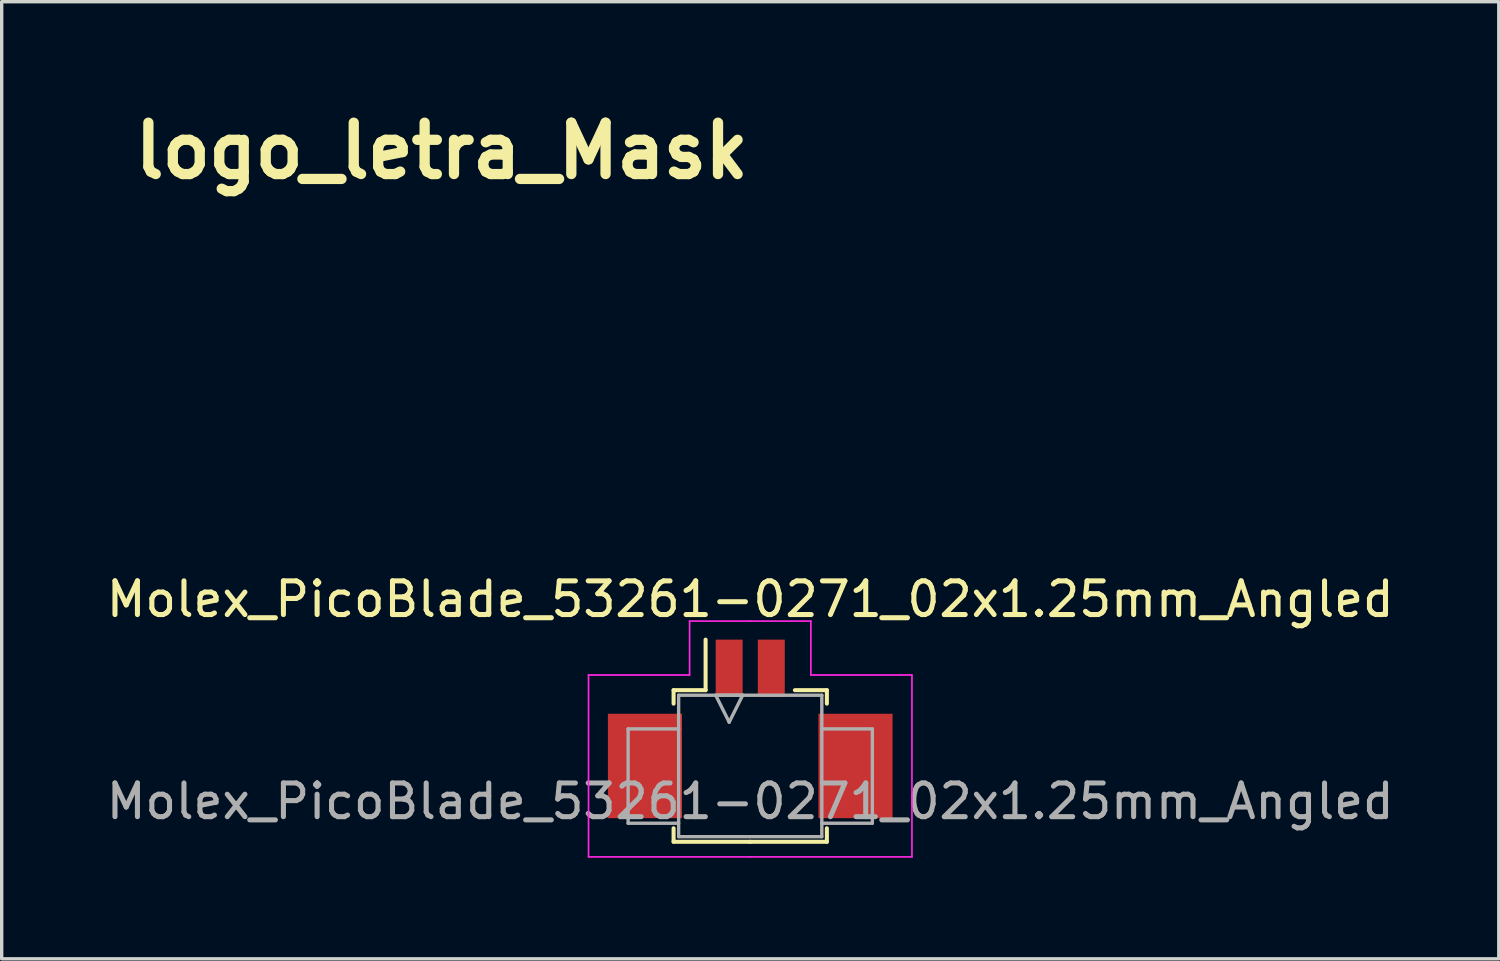
<source format=kicad_pcb>
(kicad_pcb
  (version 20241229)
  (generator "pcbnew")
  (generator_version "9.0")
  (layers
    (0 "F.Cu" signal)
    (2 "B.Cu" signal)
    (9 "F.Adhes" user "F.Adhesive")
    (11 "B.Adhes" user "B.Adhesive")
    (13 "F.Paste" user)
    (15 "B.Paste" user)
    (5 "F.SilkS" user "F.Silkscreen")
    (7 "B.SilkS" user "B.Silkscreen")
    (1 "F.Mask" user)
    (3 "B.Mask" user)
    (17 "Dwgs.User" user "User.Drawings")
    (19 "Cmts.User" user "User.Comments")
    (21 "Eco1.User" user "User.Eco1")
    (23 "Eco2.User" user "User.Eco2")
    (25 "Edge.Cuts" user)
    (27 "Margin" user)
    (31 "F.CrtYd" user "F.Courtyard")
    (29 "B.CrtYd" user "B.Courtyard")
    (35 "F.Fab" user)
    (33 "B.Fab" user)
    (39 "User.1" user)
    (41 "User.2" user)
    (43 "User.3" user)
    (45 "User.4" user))
  (footprint "Molex_PicoBlade_53261-0271_02x1.25mm_Angled"
    (layer "F.Cu")
    (at 19.22 18.237)
    (property "Reference" "Molex_PicoBlade_53261-0271_02x1.25mm_Angled" (at 0 -3.5 0) (layer "F.SilkS") (effects (font (size 1 1) (thickness 0.15))))
    (attr smd)
    (fp_line (start -2.275 -0.8) (end -2.275 -0.4) (stroke (width 0.12) (type solid)) (layer "F.SilkS"))
    (fp_line (start -2.275 3.3) (end -2.275 3.7) (stroke (width 0.12) (type solid)) (layer "F.SilkS"))
    (fp_line (start -2.275 3.7) (end 0 3.7) (stroke (width 0.12) (type solid)) (layer "F.SilkS"))
    (fp_line (start -1.325 -0.8) (end -2.275 -0.8) (stroke (width 0.12) (type solid)) (layer "F.SilkS"))
    (fp_line (start -1.325 -0.8) (end -1.325 -2.3) (stroke (width 0.12) (type solid)) (layer "F.SilkS"))
    (fp_line (start 1.325 -0.8) (end 2.275 -0.8) (stroke (width 0.12) (type solid)) (layer "F.SilkS"))
    (fp_line (start 2.275 -0.8) (end 2.275 -0.4) (stroke (width 0.12) (type solid)) (layer "F.SilkS"))
    (fp_line (start 2.275 3.3) (end 2.275 3.7) (stroke (width 0.12) (type solid)) (layer "F.SilkS"))
    (fp_line (start 2.275 3.7) (end 0 3.7) (stroke (width 0.12) (type solid)) (layer "F.SilkS"))
    (fp_line (start -4.8 -1.25) (end -4.8 4.15) (stroke (width 0.05) (type solid)) (layer "F.CrtYd"))
    (fp_line (start -4.8 4.15) (end 0 4.15) (stroke (width 0.05) (type solid)) (layer "F.CrtYd"))
    (fp_line (start -1.8 -2.85) (end -1.8 -1.25) (stroke (width 0.05) (type solid)) (layer "F.CrtYd"))
    (fp_line (start -1.8 -1.25) (end -4.8 -1.25) (stroke (width 0.05) (type solid)) (layer "F.CrtYd"))
    (fp_line (start 0 -2.85) (end -1.8 -2.85) (stroke (width 0.05) (type solid)) (layer "F.CrtYd"))
    (fp_line (start 0 -2.85) (end 1.8 -2.85) (stroke (width 0.05) (type solid)) (layer "F.CrtYd"))
    (fp_line (start 1.8 -2.85) (end 1.8 -1.25) (stroke (width 0.05) (type solid)) (layer "F.CrtYd"))
    (fp_line (start 1.8 -1.25) (end 4.8 -1.25) (stroke (width 0.05) (type solid)) (layer "F.CrtYd"))
    (fp_line (start 4.8 -1.25) (end 4.8 4.15) (stroke (width 0.05) (type solid)) (layer "F.CrtYd"))
    (fp_line (start 4.8 4.15) (end 0 4.15) (stroke (width 0.05) (type solid)) (layer "F.CrtYd"))
    (fp_line (start -3.625 0.35) (end -3.625 3.15) (stroke (width 0.1) (type solid)) (layer "F.Fab"))
    (fp_line (start -3.625 3.15) (end -2.125 3.15) (stroke (width 0.1) (type solid)) (layer "F.Fab"))
    (fp_line (start -2.125 -0.65) (end 2.125 -0.65) (stroke (width 0.1) (type solid)) (layer "F.Fab"))
    (fp_line (start -2.125 0.35) (end -3.625 0.35) (stroke (width 0.1) (type solid)) (layer "F.Fab"))
    (fp_line (start -2.125 3.55) (end -2.125 -0.65) (stroke (width 0.1) (type solid)) (layer "F.Fab"))
    (fp_line (start -1.025 -0.65) (end -0.625 0.15) (stroke (width 0.1) (type solid)) (layer "F.Fab"))
    (fp_line (start -0.625 0.15) (end -0.225 -0.65) (stroke (width 0.1) (type solid)) (layer "F.Fab"))
    (fp_line (start -0.225 -0.65) (end -1.025 -0.65) (stroke (width 0.1) (type solid)) (layer "F.Fab"))
    (fp_line (start 2.125 -0.65) (end 2.125 3.55) (stroke (width 0.1) (type solid)) (layer "F.Fab"))
    (fp_line (start 2.125 0.35) (end 3.625 0.35) (stroke (width 0.1) (type solid)) (layer "F.Fab"))
    (fp_line (start 2.125 3.55) (end -2.125 3.55) (stroke (width 0.1) (type solid)) (layer "F.Fab"))
    (fp_line (start 3.625 0.35) (end 3.625 3.15) (stroke (width 0.1) (type solid)) (layer "F.Fab"))
    (fp_line (start 3.625 3.15) (end 2.125 3.15) (stroke (width 0.1) (type solid)) (layer "F.Fab"))
    (fp_text user "${REFERENCE}" (at 0 2.5 0) (layer "F.Fab") (effects (font (size 1 1) (thickness 0.15))))
    (pad "" smd rect (at -3.125 1.45) (size 2.2 3.1) (layers "F.Cu" "F.Mask" "F.Paste"))
    (pad "" smd rect (at 3.125 1.45) (size 2.2 3.1) (layers "F.Cu" "F.Mask" "F.Paste"))
    (pad "1" smd rect (at -0.625 -1.45) (size 0.8 1.7) (layers "F.Cu" "F.Mask" "F.Paste"))
    (pad "2" smd rect (at 0.625 -1.45) (size 0.8 1.7) (layers "F.Cu" "F.Mask" "F.Paste")))
  (footprint "logo_letra_Mask"
    (layer "F.Cu")
    (at 10.063 7.682)
    (property "Reference" "logo_letra_Mask" (at 0 -6.255 0) (layer "F.SilkS") (effects (font (size 1.524 1.524) (thickness 0.305))))
    (attr smd)
    (fp_poly (pts (xy -0.301 -0.596) (xy -0.301 -0.494) (xy 0.041 -0.596) (xy 0.238 -0.596) (xy 0.751 -0.434) (xy 0.922 0.088) (xy 0.922 1.543) (xy 0.559 1.543) (xy 0.559 0.003) (xy 0.482 -0.198) (xy 0.28 -0.275) (xy -0.002 -0.275) (xy -0.212 -0.198) (xy -0.28 -0.04) (xy -0.28 1.543) (xy -0.644 1.543) (xy -0.644 -0.596) (xy -0.301 -0.596)) (stroke (width 0) (type solid)) (fill yes) (layer "F.Mask"))
    (fp_poly (pts (xy -4.889 1.222) (xy -4.889 -0.275) (xy -5.201 -0.275) (xy -5.201 -0.596) (xy -4.547 -0.596) (xy -4.547 -0.481) (xy -4.204 -0.596) (xy -3.764 -0.596) (xy -3.764 -0.254) (xy -4.247 -0.254) (xy -4.453 -0.164) (xy -4.525 0.011) (xy -4.525 1.222) (xy -4.059 1.222) (xy -4.059 1.543) (xy -5.201 1.543) (xy -5.201 1.222) (xy -4.889 1.222) (xy -4.889 1.222)) (stroke (width 0) (type solid)) (fill yes) (layer "F.Mask"))
    (fp_poly (pts (xy 9.524 1.543) (xy 9.19 1.402) (xy 9.075 1.03) (xy 9.075 -0.275) (xy 8.668 -0.275) (xy 8.668 -0.596) (xy 9.075 -0.596) (xy 9.075 -1.11) (xy 9.438 -1.11) (xy 9.438 -0.596) (xy 10.063 -0.596) (xy 10.063 -0.275) (xy 9.438 -0.275) (xy 9.438 1.051) (xy 9.485 1.184) (xy 9.631 1.222) (xy 10.063 1.222) (xy 10.063 1.543) (xy 9.524 1.543) (xy 9.524 1.543)) (stroke (width 0) (type solid)) (fill yes) (layer "F.Mask"))
    (fp_poly (pts (xy -6.763 1.543) (xy -7.337 1.363) (xy -7.534 0.816) (xy -7.534 -0.725) (xy -7.337 -1.268) (xy -6.763 -1.452) (xy -6.16 -1.452) (xy -6.16 -1.127) (xy -6.806 -1.127) (xy -7.063 -1.033) (xy -7.161 -0.806) (xy -7.161 0.897) (xy -7.063 1.124) (xy -6.806 1.218) (xy -6.387 1.218) (xy -6.387 0.29) (xy -6.759 0.29) (xy -6.759 -0.031) (xy -6.032 -0.031) (xy -6.032 1.543) (xy -6.763 1.543) (xy -6.763 1.543)) (stroke (width 0) (type solid)) (fill yes) (layer "F.Mask"))
    (fp_poly (pts (xy 7.855 0.859) (xy 7.491 0.003) (xy 7.41 -0.203) (xy 7.17 -0.275) (xy 6.944 -0.275) (xy 6.704 -0.203) (xy 6.623 0.003) (xy 6.623 0.944) (xy 6.704 1.149) (xy 6.944 1.222) (xy 7.17 1.222) (xy 7.41 1.149) (xy 7.491 0.944) (xy 7.491 0.003) (xy 7.855 0.859) (xy 7.675 1.381) (xy 7.128 1.543) (xy 6.986 1.543) (xy 6.434 1.381) (xy 6.259 0.859) (xy 6.259 0.088) (xy 6.434 -0.434) (xy 6.986 -0.596) (xy 7.128 -0.596) (xy 7.675 -0.434) (xy 7.855 0.088) (xy 7.855 0.859)) (stroke (width 0) (type solid)) (fill yes) (layer "F.Mask"))
    (fp_poly (pts (xy 5.544 0.867) (xy 4.817 -0.186) (xy 5.039 -0.271) (xy 5.129 -0.498) (xy 5.129 -0.823) (xy 5.129 -0.823) (xy 5.052 -1.058) (xy 4.817 -1.131) (xy 4.333 -1.131) (xy 4.333 -0.186) (xy 4.817 -0.186) (xy 5.544 0.867) (xy 5.172 0.444) (xy 5.086 0.221) (xy 4.859 0.135) (xy 4.333 0.135) (xy 4.333 1.222) (xy 4.855 1.222) (xy 5.095 1.15) (xy 5.172 0.91) (xy 5.172 0.444) (xy 5.172 0.444) (xy 5.544 0.867) (xy 5.373 1.389) (xy 4.817 1.543) (xy 3.961 1.543) (xy 3.961 -1.452) (xy 4.765 -1.452) (xy 5.322 -1.298) (xy 5.501 -0.785) (xy 5.501 -0.541) (xy 5.266 -0.044) (xy 5.544 0.482) (xy 5.544 0.867)) (stroke (width 0) (type solid)) (fill yes) (layer "F.Mask"))
    (fp_poly (pts (xy -1.538 1.543) (xy -2.077 1.222) (xy -1.915 1.162) (xy -1.881 1.008) (xy -1.881 0.538) (xy -2.416 0.538) (xy -2.599 0.61) (xy -2.672 0.794) (xy -2.672 1.008) (xy -2.621 1.171) (xy -2.458 1.222) (xy -2.077 1.222) (xy -2.077 1.222) (xy -1.538 1.543) (xy -1.662 1.509) (xy -1.774 1.415) (xy -2.035 1.543) (xy -2.416 1.543) (xy -2.89 1.415) (xy -3.036 0.965) (xy -3.036 0.88) (xy -2.411 0.217) (xy -1.881 0.217) (xy -1.881 0.003) (xy -1.962 -0.203) (xy -2.202 -0.275) (xy -2.865 -0.275) (xy -2.865 -0.596) (xy -2.244 -0.596) (xy -1.697 -0.434) (xy -1.517 0.088) (xy -1.517 1.115) (xy -1.47 1.214) (xy -1.303 1.244) (xy -1.303 1.543) (xy -1.538 1.543) (xy -1.538 1.543)) (stroke (width 0) (type solid)) (fill yes) (layer "F.Mask"))
    (fp_poly (pts (xy 3.075 1.543) (xy 2.536 1.222) (xy 2.698 1.162) (xy 2.733 1.008) (xy 2.733 0.538) (xy 2.198 0.538) (xy 2.014 0.61) (xy 1.941 0.794) (xy 1.941 1.008) (xy 1.992 1.171) (xy 2.155 1.222) (xy 2.536 1.222) (xy 2.536 1.222) (xy 3.075 1.543) (xy 2.951 1.509) (xy 2.84 1.415) (xy 2.579 1.543) (xy 2.198 1.543) (xy 1.723 1.415) (xy 1.577 0.965) (xy 1.577 0.88) (xy 2.202 0.217) (xy 2.733 0.217) (xy 2.733 0.003) (xy 2.651 -0.203) (xy 2.412 -0.275) (xy 1.748 -0.275) (xy 1.748 -0.596) (xy 2.369 -0.596) (xy 2.917 -0.434) (xy 3.096 0.088) (xy 3.096 1.115) (xy 3.143 1.214) (xy 3.31 1.244) (xy 3.31 1.543) (xy 3.075 1.543) (xy 3.075 1.543)) (stroke (width 0) (type solid)) (fill yes) (layer "F.Mask"))
    (fp_poly (pts (xy -7.333 2.742) (xy -7.45 2.627) (xy -7.566 2.511) (xy -7.682 2.395) (xy -7.798 2.279) (xy -7.962 2.279) (xy -8.125 2.279) (xy -8.289 2.279) (xy -8.452 2.279) (xy -8.619 2.269) (xy -8.787 2.26) (xy -8.954 2.25) (xy -9.121 2.241) (xy -9.125 2.073) (xy -9.129 1.905) (xy -9.133 1.738) (xy -9.137 1.57) (xy -9.137 1.36) (xy -9.137 1.15) (xy -9.137 0.939) (xy -9.252 0.823) (xy -9.368 0.708) (xy -9.484 0.592) (xy -9.6 0.476) (xy -9.716 0.361) (xy -9.831 0.245) (xy -9.947 0.129) (xy -10.063 0.013) (xy -9.947 -0.103) (xy -9.832 -0.219) (xy -9.716 -0.336) (xy -9.6 -0.452) (xy -9.484 -0.568) (xy -9.368 -0.685) (xy -9.252 -0.802) (xy -9.137 -0.918) (xy -9.137 -1.129) (xy -9.137 -1.339) (xy -9.137 -1.551) (xy -9.13 -1.721) (xy -9.123 -1.891) (xy -9.117 -2.062) (xy -9.11 -2.232) (xy -8.94 -2.244) (xy -8.77 -2.256) (xy -8.599 -2.268) (xy -8.429 -2.28) (xy -8.265 -2.28) (xy -8.101 -2.28) (xy -7.937 -2.28) (xy -7.774 -2.28) (xy -7.657 -2.396) (xy -7.541 -2.512) (xy -7.424 -2.628) (xy -7.308 -2.744) (xy -7.192 -2.859) (xy -7.075 -2.975) (xy -6.959 -3.091) (xy -6.842 -3.207) (xy -6.727 -3.091) (xy -6.611 -2.975) (xy -6.495 -2.86) (xy -6.38 -2.744) (xy -6.264 -2.628) (xy -6.148 -2.512) (xy -6.032 -2.396) (xy -5.917 -2.28) (xy -5.727 -2.28) (xy -5.538 -2.28) (xy -5.347 -2.28) (xy -5.164 -2.273) (xy -4.982 -2.266) (xy -4.798 -2.258) (xy -4.726 -2.095) (xy -4.796 -1.946) (xy -4.997 -1.941) (xy -5.197 -1.935) (xy -5.399 -1.93) (xy -5.56 -1.93) (xy -5.721 -1.93) (xy -5.882 -1.93) (xy -6.042 -1.93) (xy -6.163 -2.052) (xy -6.284 -2.173) (xy -6.405 -2.295) (xy -6.542 -2.425) (xy -6.678 -2.555) (xy -6.815 -2.686) (xy -6.961 -2.565) (xy -7.107 -2.444) (xy -7.254 -2.321) (xy -7.384 -2.191) (xy -7.514 -2.062) (xy -7.645 -1.931) (xy -7.833 -1.929) (xy -8.02 -1.927) (xy -8.209 -1.924) (xy -8.397 -1.922) (xy -8.584 -1.92) (xy -8.773 -1.918) (xy -8.775 -1.73) (xy -8.778 -1.543) (xy -8.78 -1.354) (xy -8.782 -1.166) (xy -8.784 -0.979) (xy -8.786 -0.79) (xy -8.918 -0.659) (xy -9.049 -0.528) (xy -9.18 -0.396) (xy -9.312 -0.264) (xy -9.442 -0.133) (xy -9.574 -0.001) (xy -9.445 0.128) (xy -9.316 0.258) (xy -9.186 0.388) (xy -9.057 0.517) (xy -8.928 0.646) (xy -8.798 0.776) (xy -8.794 0.966) (xy -8.79 1.155) (xy -8.786 1.346) (xy -8.782 1.536) (xy -8.777 1.725) (xy -8.773 1.916) (xy -8.583 1.92) (xy -8.394 1.925) (xy -8.203 1.929) (xy -8.014 1.933) (xy -7.824 1.937) (xy -7.633 1.942) (xy -7.506 2.069) (xy -7.379 2.196) (xy -7.251 2.324) (xy -7.115 2.451) (xy -6.98 2.578) (xy -6.844 2.706) (xy -6.706 2.577) (xy -6.568 2.448) (xy -6.429 2.318) (xy -6.299 2.188) (xy -6.169 2.059) (xy -6.038 1.929) (xy -5.828 1.929) (xy -5.619 1.929) (xy -5.408 1.929) (xy -5.206 1.936) (xy -5.005 1.942) (xy -4.803 1.948) (xy -4.726 2.112) (xy -4.79 2.261) (xy -4.968 2.267) (xy -5.145 2.274) (xy -5.324 2.28) (xy -5.513 2.28) (xy -5.702 2.28) (xy -5.892 2.28) (xy -6.008 2.396) (xy -6.123 2.512) (xy -6.239 2.628) (xy -6.355 2.744) (xy -6.477 2.859) (xy -6.599 2.975) (xy -6.721 3.091) (xy -6.843 3.207) (xy -6.966 3.091) (xy -7.088 2.975) (xy -7.211 2.859) (xy -7.334 2.743) (xy -7.334 2.744) (xy -7.333 2.742)) (stroke (width 0) (type solid)) (fill yes) (layer "F.Mask")))
  (gr_rect
    (start -3 -3)
    (end 41.44 25.412)
    (stroke (width 0.1) (type default))
    (fill no)
    (layer "Edge.Cuts")))
</source>
